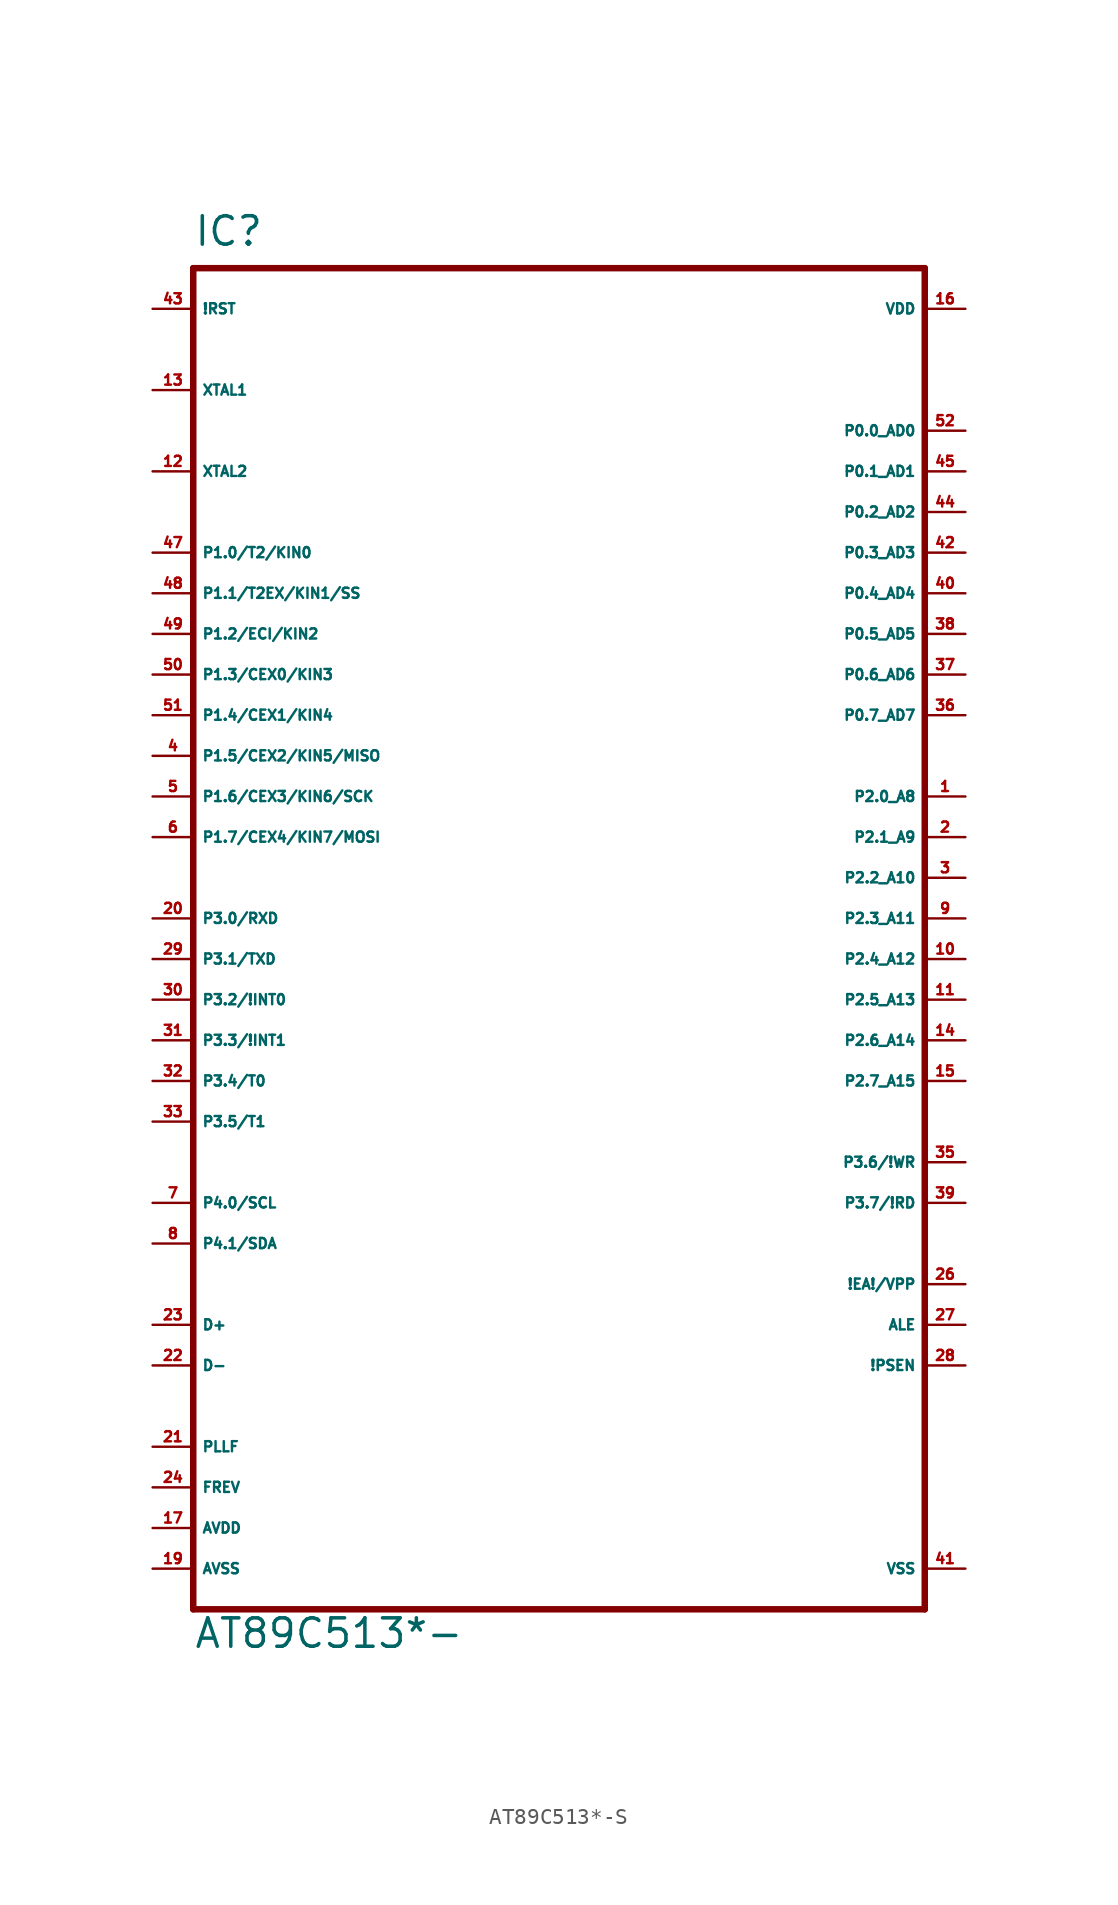
<source format=kicad_sym>
(kicad_symbol_lib
  (version 20220914)
  (generator Eagle2Kicad)
  (symbol "AT89C513*-S"
    (property "Reference" "IC"
      (at -22.86 41.91 0)
      (effects (font (size 1.778 1.778) (thickness 0.22)) (justify left bottom)))
    (property "Value" "AT89C513*-"
      (at -22.86 -45.72 0)
      (effects (font (size 1.778 1.778) (thickness 0.22)) (justify left bottom)))
    (polyline
      (pts (xy -22.86 -43.18) (xy 22.86 -43.18))
      (stroke (width 0.406) (type default))
      (fill (type none)))
    (polyline
      (pts (xy 22.86 -43.18) (xy 22.86 40.64))
      (stroke (width 0.406) (type default))
      (fill (type none)))
    (polyline
      (pts (xy 22.86 40.64) (xy -22.86 40.64))
      (stroke (width 0.406) (type default))
      (fill (type none)))
    (polyline
      (pts (xy -22.86 40.64) (xy -22.86 -43.18))
      (stroke (width 0.406) (type default))
      (fill (type none)))
    (pin input line
      (at 25.4 -22.86 180)
      (length 2.54)
      (name "!EA!/VPP" (effects (font (size 0.635 0.635) (thickness 0.08)) (justify left bottom)))
      (number "26" (effects (font (size 0.635 0.635) (thickness 0.08)) (justify left bottom))))
    (pin bidirectional line
      (at 25.4 30.48 180)
      (length 2.54)
      (name "P0.0_AD0" (effects (font (size 0.635 0.635) (thickness 0.08)) (justify left bottom)))
      (number "52" (effects (font (size 0.635 0.635) (thickness 0.08)) (justify left bottom))))
    (pin bidirectional line
      (at 25.4 27.94 180)
      (length 2.54)
      (name "P0.1_AD1" (effects (font (size 0.635 0.635) (thickness 0.08)) (justify left bottom)))
      (number "45" (effects (font (size 0.635 0.635) (thickness 0.08)) (justify left bottom))))
    (pin bidirectional line
      (at 25.4 25.4 180)
      (length 2.54)
      (name "P0.2_AD2" (effects (font (size 0.635 0.635) (thickness 0.08)) (justify left bottom)))
      (number "44" (effects (font (size 0.635 0.635) (thickness 0.08)) (justify left bottom))))
    (pin bidirectional line
      (at 25.4 22.86 180)
      (length 2.54)
      (name "P0.3_AD3" (effects (font (size 0.635 0.635) (thickness 0.08)) (justify left bottom)))
      (number "42" (effects (font (size 0.635 0.635) (thickness 0.08)) (justify left bottom))))
    (pin bidirectional line
      (at 25.4 20.32 180)
      (length 2.54)
      (name "P0.4_AD4" (effects (font (size 0.635 0.635) (thickness 0.08)) (justify left bottom)))
      (number "40" (effects (font (size 0.635 0.635) (thickness 0.08)) (justify left bottom))))
    (pin bidirectional line
      (at 25.4 17.78 180)
      (length 2.54)
      (name "P0.5_AD5" (effects (font (size 0.635 0.635) (thickness 0.08)) (justify left bottom)))
      (number "38" (effects (font (size 0.635 0.635) (thickness 0.08)) (justify left bottom))))
    (pin bidirectional line
      (at 25.4 15.24 180)
      (length 2.54)
      (name "P0.6_AD6" (effects (font (size 0.635 0.635) (thickness 0.08)) (justify left bottom)))
      (number "37" (effects (font (size 0.635 0.635) (thickness 0.08)) (justify left bottom))))
    (pin bidirectional line
      (at 25.4 12.7 180)
      (length 2.54)
      (name "P0.7_AD7" (effects (font (size 0.635 0.635) (thickness 0.08)) (justify left bottom)))
      (number "36" (effects (font (size 0.635 0.635) (thickness 0.08)) (justify left bottom))))
    (pin input line
      (at -25.4 33.02 0)
      (length 2.54)
      (name "XTAL1" (effects (font (size 0.635 0.635) (thickness 0.08)) (justify left bottom)))
      (number "13" (effects (font (size 0.635 0.635) (thickness 0.08)) (justify left bottom))))
    (pin input line
      (at -25.4 27.94 0)
      (length 2.54)
      (name "XTAL2" (effects (font (size 0.635 0.635) (thickness 0.08)) (justify left bottom)))
      (number "12" (effects (font (size 0.635 0.635) (thickness 0.08)) (justify left bottom))))
    (pin input line
      (at -25.4 38.1 0)
      (length 2.54)
      (name "!RST" (effects (font (size 0.635 0.635) (thickness 0.08)) (justify left bottom)))
      (number "43" (effects (font (size 0.635 0.635) (thickness 0.08)) (justify left bottom))))
    (pin bidirectional line
      (at 25.4 -25.4 180)
      (length 2.54)
      (name "ALE" (effects (font (size 0.635 0.635) (thickness 0.08)) (justify left bottom)))
      (number "27" (effects (font (size 0.635 0.635) (thickness 0.08)) (justify left bottom))))
    (pin output line
      (at 25.4 -27.94 180)
      (length 2.54)
      (name "!PSEN" (effects (font (size 0.635 0.635) (thickness 0.08)) (justify left bottom)))
      (number "28" (effects (font (size 0.635 0.635) (thickness 0.08)) (justify left bottom))))
    (pin bidirectional line
      (at 25.4 7.62 180)
      (length 2.54)
      (name "P2.0_A8" (effects (font (size 0.635 0.635) (thickness 0.08)) (justify left bottom)))
      (number "1" (effects (font (size 0.635 0.635) (thickness 0.08)) (justify left bottom))))
    (pin bidirectional line
      (at 25.4 5.08 180)
      (length 2.54)
      (name "P2.1_A9" (effects (font (size 0.635 0.635) (thickness 0.08)) (justify left bottom)))
      (number "2" (effects (font (size 0.635 0.635) (thickness 0.08)) (justify left bottom))))
    (pin bidirectional line
      (at 25.4 2.54 180)
      (length 2.54)
      (name "P2.2_A10" (effects (font (size 0.635 0.635) (thickness 0.08)) (justify left bottom)))
      (number "3" (effects (font (size 0.635 0.635) (thickness 0.08)) (justify left bottom))))
    (pin bidirectional line
      (at 25.4 0 180)
      (length 2.54)
      (name "P2.3_A11" (effects (font (size 0.635 0.635) (thickness 0.08)) (justify left bottom)))
      (number "9" (effects (font (size 0.635 0.635) (thickness 0.08)) (justify left bottom))))
    (pin bidirectional line
      (at 25.4 -2.54 180)
      (length 2.54)
      (name "P2.4_A12" (effects (font (size 0.635 0.635) (thickness 0.08)) (justify left bottom)))
      (number "10" (effects (font (size 0.635 0.635) (thickness 0.08)) (justify left bottom))))
    (pin bidirectional line
      (at 25.4 -5.08 180)
      (length 2.54)
      (name "P2.5_A13" (effects (font (size 0.635 0.635) (thickness 0.08)) (justify left bottom)))
      (number "11" (effects (font (size 0.635 0.635) (thickness 0.08)) (justify left bottom))))
    (pin bidirectional line
      (at 25.4 -7.62 180)
      (length 2.54)
      (name "P2.6_A14" (effects (font (size 0.635 0.635) (thickness 0.08)) (justify left bottom)))
      (number "14" (effects (font (size 0.635 0.635) (thickness 0.08)) (justify left bottom))))
    (pin bidirectional line
      (at 25.4 -10.16 180)
      (length 2.54)
      (name "P2.7_A15" (effects (font (size 0.635 0.635) (thickness 0.08)) (justify left bottom)))
      (number "15" (effects (font (size 0.635 0.635) (thickness 0.08)) (justify left bottom))))
    (pin bidirectional line
      (at -25.4 22.86 0)
      (length 2.54)
      (name "P1.0/T2/KIN0" (effects (font (size 0.635 0.635) (thickness 0.08)) (justify left bottom)))
      (number "47" (effects (font (size 0.635 0.635) (thickness 0.08)) (justify left bottom))))
    (pin bidirectional line
      (at -25.4 20.32 0)
      (length 2.54)
      (name "P1.1/T2EX/KIN1/SS" (effects (font (size 0.635 0.635) (thickness 0.08)) (justify left bottom)))
      (number "48" (effects (font (size 0.635 0.635) (thickness 0.08)) (justify left bottom))))
    (pin bidirectional line
      (at -25.4 17.78 0)
      (length 2.54)
      (name "P1.2/ECI/KIN2" (effects (font (size 0.635 0.635) (thickness 0.08)) (justify left bottom)))
      (number "49" (effects (font (size 0.635 0.635) (thickness 0.08)) (justify left bottom))))
    (pin bidirectional line
      (at -25.4 15.24 0)
      (length 2.54)
      (name "P1.3/CEX0/KIN3" (effects (font (size 0.635 0.635) (thickness 0.08)) (justify left bottom)))
      (number "50" (effects (font (size 0.635 0.635) (thickness 0.08)) (justify left bottom))))
    (pin bidirectional line
      (at -25.4 12.7 0)
      (length 2.54)
      (name "P1.4/CEX1/KIN4" (effects (font (size 0.635 0.635) (thickness 0.08)) (justify left bottom)))
      (number "51" (effects (font (size 0.635 0.635) (thickness 0.08)) (justify left bottom))))
    (pin bidirectional line
      (at -25.4 10.16 0)
      (length 2.54)
      (name "P1.5/CEX2/KIN5/MISO" (effects (font (size 0.635 0.635) (thickness 0.08)) (justify left bottom)))
      (number "4" (effects (font (size 0.635 0.635) (thickness 0.08)) (justify left bottom))))
    (pin bidirectional line
      (at -25.4 7.62 0)
      (length 2.54)
      (name "P1.6/CEX3/KIN6/SCK" (effects (font (size 0.635 0.635) (thickness 0.08)) (justify left bottom)))
      (number "5" (effects (font (size 0.635 0.635) (thickness 0.08)) (justify left bottom))))
    (pin bidirectional line
      (at -25.4 5.08 0)
      (length 2.54)
      (name "P1.7/CEX4/KIN7/MOSI" (effects (font (size 0.635 0.635) (thickness 0.08)) (justify left bottom)))
      (number "6" (effects (font (size 0.635 0.635) (thickness 0.08)) (justify left bottom))))
    (pin bidirectional line
      (at -25.4 0 0)
      (length 2.54)
      (name "P3.0/RXD" (effects (font (size 0.635 0.635) (thickness 0.08)) (justify left bottom)))
      (number "20" (effects (font (size 0.635 0.635) (thickness 0.08)) (justify left bottom))))
    (pin bidirectional line
      (at -25.4 -2.54 0)
      (length 2.54)
      (name "P3.1/TXD" (effects (font (size 0.635 0.635) (thickness 0.08)) (justify left bottom)))
      (number "29" (effects (font (size 0.635 0.635) (thickness 0.08)) (justify left bottom))))
    (pin bidirectional line
      (at -25.4 -5.08 0)
      (length 2.54)
      (name "P3.2/!INT0" (effects (font (size 0.635 0.635) (thickness 0.08)) (justify left bottom)))
      (number "30" (effects (font (size 0.635 0.635) (thickness 0.08)) (justify left bottom))))
    (pin bidirectional line
      (at -25.4 -7.62 0)
      (length 2.54)
      (name "P3.3/!INT1" (effects (font (size 0.635 0.635) (thickness 0.08)) (justify left bottom)))
      (number "31" (effects (font (size 0.635 0.635) (thickness 0.08)) (justify left bottom))))
    (pin bidirectional line
      (at -25.4 -10.16 0)
      (length 2.54)
      (name "P3.4/T0" (effects (font (size 0.635 0.635) (thickness 0.08)) (justify left bottom)))
      (number "32" (effects (font (size 0.635 0.635) (thickness 0.08)) (justify left bottom))))
    (pin bidirectional line
      (at -25.4 -12.7 0)
      (length 2.54)
      (name "P3.5/T1" (effects (font (size 0.635 0.635) (thickness 0.08)) (justify left bottom)))
      (number "33" (effects (font (size 0.635 0.635) (thickness 0.08)) (justify left bottom))))
    (pin bidirectional line
      (at 25.4 -15.24 180)
      (length 2.54)
      (name "P3.6/!WR" (effects (font (size 0.635 0.635) (thickness 0.08)) (justify left bottom)))
      (number "35" (effects (font (size 0.635 0.635) (thickness 0.08)) (justify left bottom))))
    (pin bidirectional line
      (at 25.4 -17.78 180)
      (length 2.54)
      (name "P3.7/!RD" (effects (font (size 0.635 0.635) (thickness 0.08)) (justify left bottom)))
      (number "39" (effects (font (size 0.635 0.635) (thickness 0.08)) (justify left bottom))))
    (pin unspecified line
      (at 25.4 38.1 180)
      (length 2.54)
      (name "VDD" (effects (font (size 0.635 0.635) (thickness 0.08)) (justify left bottom)))
      (number "16" (effects (font (size 0.635 0.635) (thickness 0.08)) (justify left bottom))))
    (pin unspecified line
      (at 25.4 -40.64 180)
      (length 2.54)
      (name "VSS" (effects (font (size 0.635 0.635) (thickness 0.08)) (justify left bottom)))
      (number "41" (effects (font (size 0.635 0.635) (thickness 0.08)) (justify left bottom))))
    (pin unspecified line
      (at -25.4 -38.1 0)
      (length 2.54)
      (name "AVDD" (effects (font (size 0.635 0.635) (thickness 0.08)) (justify left bottom)))
      (number "17" (effects (font (size 0.635 0.635) (thickness 0.08)) (justify left bottom))))
    (pin bidirectional line
      (at -25.4 -25.4 0)
      (length 2.54)
      (name "D+" (effects (font (size 0.635 0.635) (thickness 0.08)) (justify left bottom)))
      (number "23" (effects (font (size 0.635 0.635) (thickness 0.08)) (justify left bottom))))
    (pin bidirectional line
      (at -25.4 -27.94 0)
      (length 2.54)
      (name "D-" (effects (font (size 0.635 0.635) (thickness 0.08)) (justify left bottom)))
      (number "22" (effects (font (size 0.635 0.635) (thickness 0.08)) (justify left bottom))))
    (pin bidirectional line
      (at -25.4 -33.02 0)
      (length 2.54)
      (name "PLLF" (effects (font (size 0.635 0.635) (thickness 0.08)) (justify left bottom)))
      (number "21" (effects (font (size 0.635 0.635) (thickness 0.08)) (justify left bottom))))
    (pin bidirectional line
      (at -25.4 -35.56 0)
      (length 2.54)
      (name "FREV" (effects (font (size 0.635 0.635) (thickness 0.08)) (justify left bottom)))
      (number "24" (effects (font (size 0.635 0.635) (thickness 0.08)) (justify left bottom))))
    (pin bidirectional line
      (at -25.4 -17.78 0)
      (length 2.54)
      (name "P4.0/SCL" (effects (font (size 0.635 0.635) (thickness 0.08)) (justify left bottom)))
      (number "7" (effects (font (size 0.635 0.635) (thickness 0.08)) (justify left bottom))))
    (pin bidirectional line
      (at -25.4 -20.32 0)
      (length 2.54)
      (name "P4.1/SDA" (effects (font (size 0.635 0.635) (thickness 0.08)) (justify left bottom)))
      (number "8" (effects (font (size 0.635 0.635) (thickness 0.08)) (justify left bottom))))
    (pin unspecified line
      (at -25.4 -40.64 0)
      (length 2.54)
      (name "AVSS" (effects (font (size 0.635 0.635) (thickness 0.08)) (justify left bottom)))
      (number "19" (effects (font (size 0.635 0.635) (thickness 0.08)) (justify left bottom))))))
</source>
